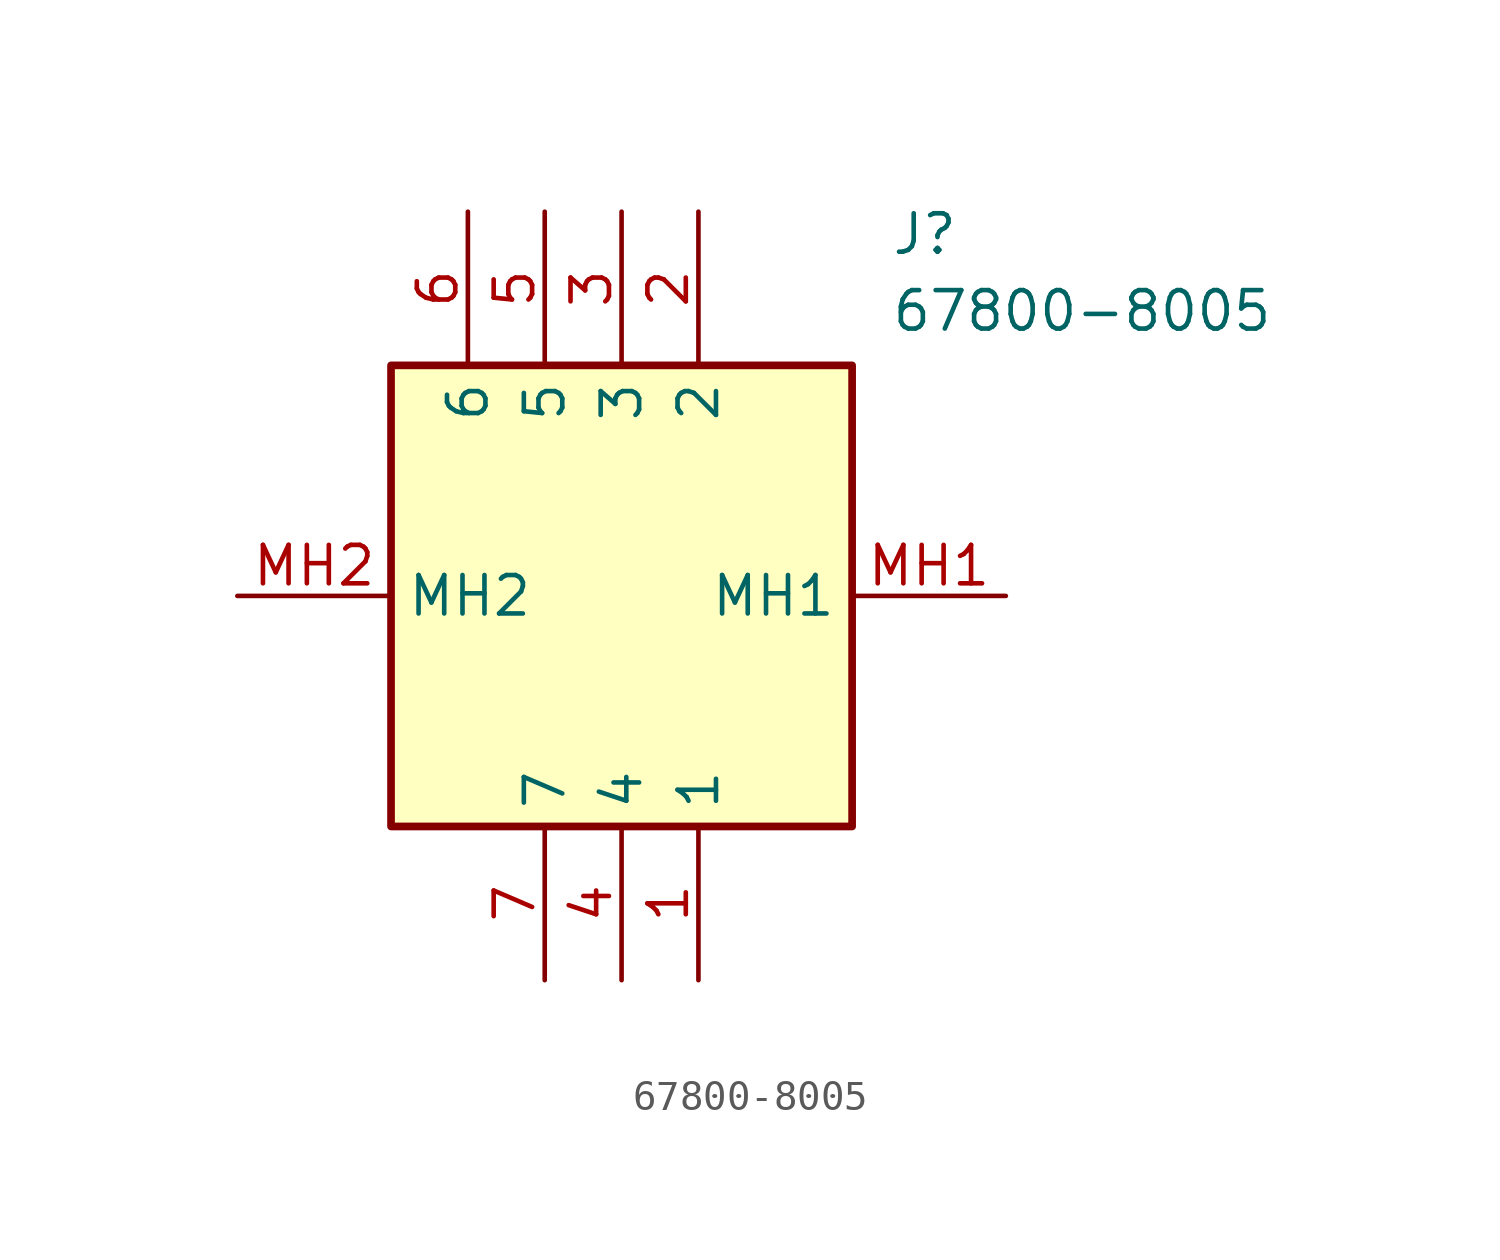
<source format=kicad_sym>
(kicad_symbol_lib
  (version 20231120)
  (generator "kicad_symbol_editor")
  (generator_version "8.0")
  (symbol "67800-8005"
    (property "Reference" "J"
      (at 21.59 12.7 0)
      (effects (font (size 1.27 1.27)) (justify left top)))
    (property "Value" "67800-8005"
      (at 21.59 10.16 0)
      (effects (font (size 1.27 1.27)) (justify left top)))
    (symbol "67800-8005_1_1"
      (rectangle (start 5.08 7.62) (end 20.32 -7.62) (stroke (width 0.254) (type default)) (fill (type background)))
      (pin passive line (at 15.24 -12.7 90) (length 5.08) (name "1" (effects (font (size 1.27 1.27)))) (number "1" (effects (font (size 1.27 1.27)))))
      (pin passive line (at 15.24 12.7 270) (length 5.08) (name "2" (effects (font (size 1.27 1.27)))) (number "2" (effects (font (size 1.27 1.27)))))
      (pin passive line (at 12.7 12.7 270) (length 5.08) (name "3" (effects (font (size 1.27 1.27)))) (number "3" (effects (font (size 1.27 1.27)))))
      (pin passive line (at 12.7 -12.7 90) (length 5.08) (name "4" (effects (font (size 1.27 1.27)))) (number "4" (effects (font (size 1.27 1.27)))))
      (pin passive line (at 10.16 12.7 270) (length 5.08) (name "5" (effects (font (size 1.27 1.27)))) (number "5" (effects (font (size 1.27 1.27)))))
      (pin passive line (at 7.62 12.7 270) (length 5.08) (name "6" (effects (font (size 1.27 1.27)))) (number "6" (effects (font (size 1.27 1.27)))))
      (pin passive line (at 10.16 -12.7 90) (length 5.08) (name "7" (effects (font (size 1.27 1.27)))) (number "7" (effects (font (size 1.27 1.27)))))
      (pin passive line (at 25.4 0 180) (length 5.08) (name "MH1" (effects (font (size 1.27 1.27)))) (number "MH1" (effects (font (size 1.27 1.27)))))
      (pin passive line (at 0 0 0) (length 5.08) (name "MH2" (effects (font (size 1.27 1.27)))) (number "MH2" (effects (font (size 1.27 1.27))))))))
</source>
